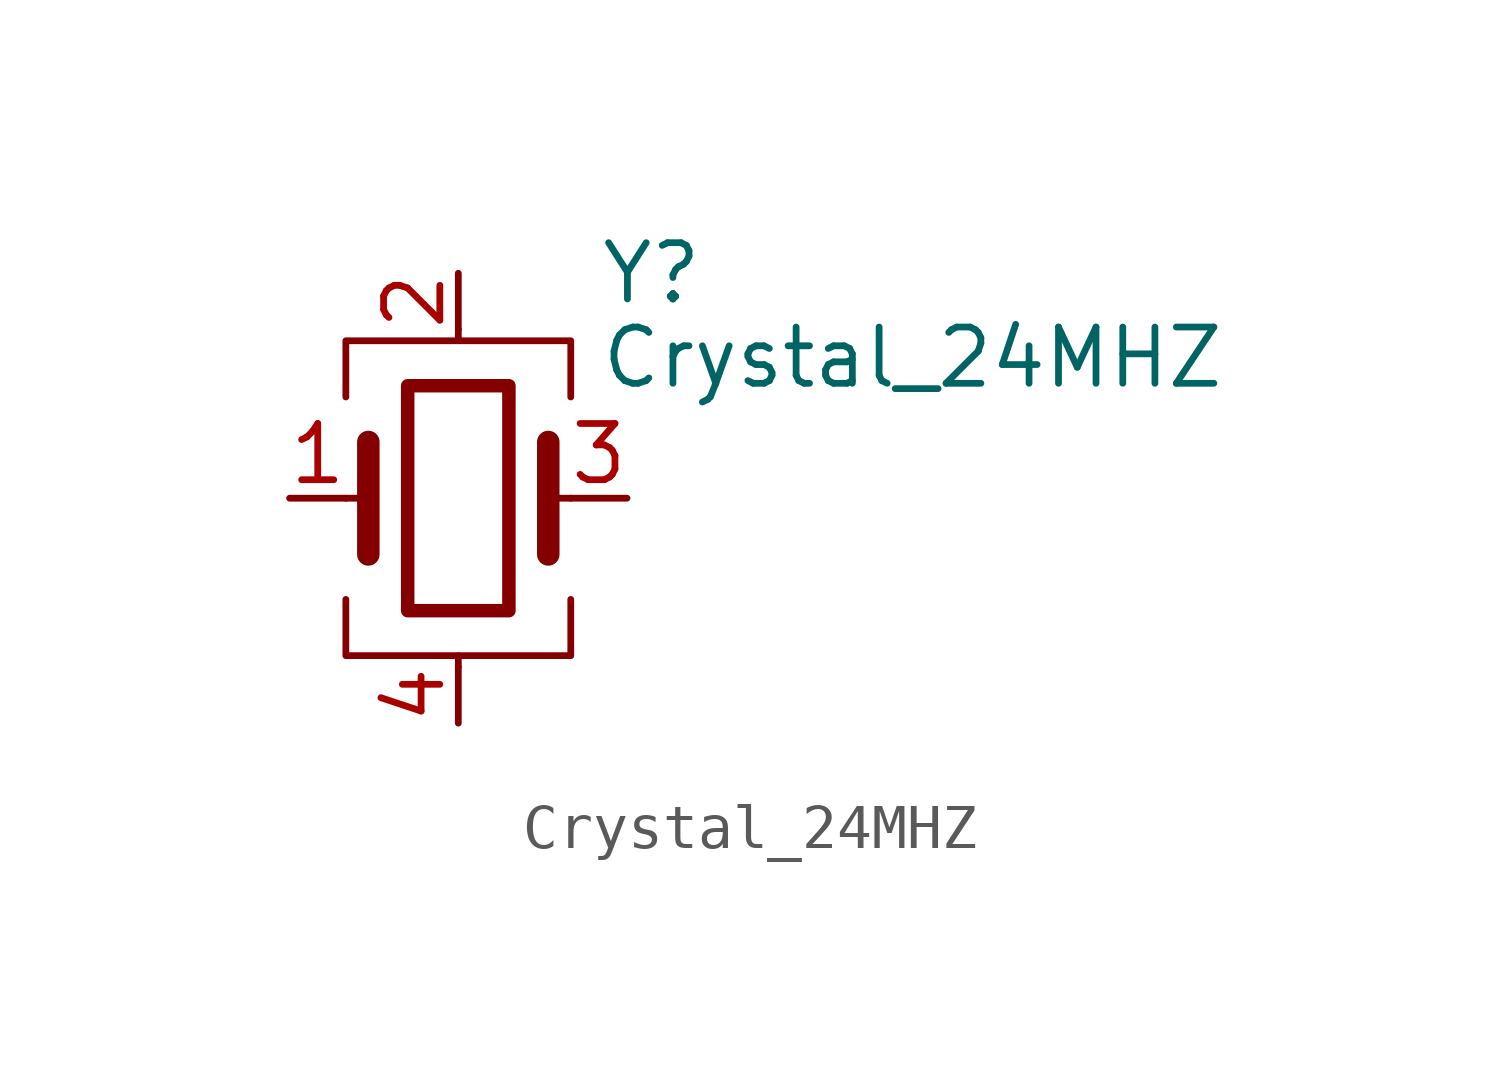
<source format=kicad_sym>
(kicad_symbol_lib
  (version 20211014)
  (generator kicad_symbol_editor)
  (symbol "Crystal_24MHZ"
    (pin_names
      (offset 1.016) hide)
    (property "Reference" "Y"
      (at 3.175 5.08 0)
      (effects (font (size 1.27 1.27)) (justify left)))
    (property "Value" "Crystal_24MHZ"
      (at 3.175 3.175 0)
      (effects (font (size 1.27 1.27)) (justify left)))
    (symbol "Crystal_24MHZ_0_1"
      (rectangle (start -1.143 2.54) (end 1.143 -2.54) (stroke (width 0.305) (type default) (color 0 0 0 0)) (fill (type none)))
      (polyline (pts (xy -2.54 0) (xy -2.032 0)) (stroke (width 0) (type default) (color 0 0 0 0)) (fill (type none)))
      (polyline (pts (xy -2.032 -1.27) (xy -2.032 1.27)) (stroke (width 0.508) (type default) (color 0 0 0 0)) (fill (type none)))
      (polyline (pts (xy 0 -3.81) (xy 0 -3.556)) (stroke (width 0) (type default) (color 0 0 0 0)) (fill (type none)))
      (polyline (pts (xy 0 3.556) (xy 0 3.81)) (stroke (width 0) (type default) (color 0 0 0 0)) (fill (type none)))
      (polyline (pts (xy 2.032 -1.27) (xy 2.032 1.27)) (stroke (width 0.508) (type default) (color 0 0 0 0)) (fill (type none)))
      (polyline (pts (xy 2.032 0) (xy 2.54 0)) (stroke (width 0) (type default) (color 0 0 0 0)) (fill (type none)))
      (polyline (pts (xy -2.54 -2.286) (xy -2.54 -3.556) (xy 2.54 -3.556) (xy 2.54 -2.286)) (stroke (width 0) (type default) (color 0 0 0 0)) (fill (type none)))
      (polyline (pts (xy -2.54 2.286) (xy -2.54 3.556) (xy 2.54 3.556) (xy 2.54 2.286)) (stroke (width 0) (type default) (color 0 0 0 0)) (fill (type none))))
    (symbol "Crystal_24MHZ_1_1"
      (pin passive line (at -3.81 0 0) (length 1.27) (name "1" (effects (font (size 1.27 1.27)))) (number "1" (effects (font (size 1.27 1.27)))))
      (pin passive line (at 0 5.08 270) (length 1.27) (name "2" (effects (font (size 1.27 1.27)))) (number "2" (effects (font (size 1.27 1.27)))))
      (pin passive line (at 3.81 0 180) (length 1.27) (name "3" (effects (font (size 1.27 1.27)))) (number "3" (effects (font (size 1.27 1.27)))))
      (pin passive line (at 0 -5.08 90) (length 1.27) (name "4" (effects (font (size 1.27 1.27)))) (number "4" (effects (font (size 1.27 1.27))))))))
</source>
